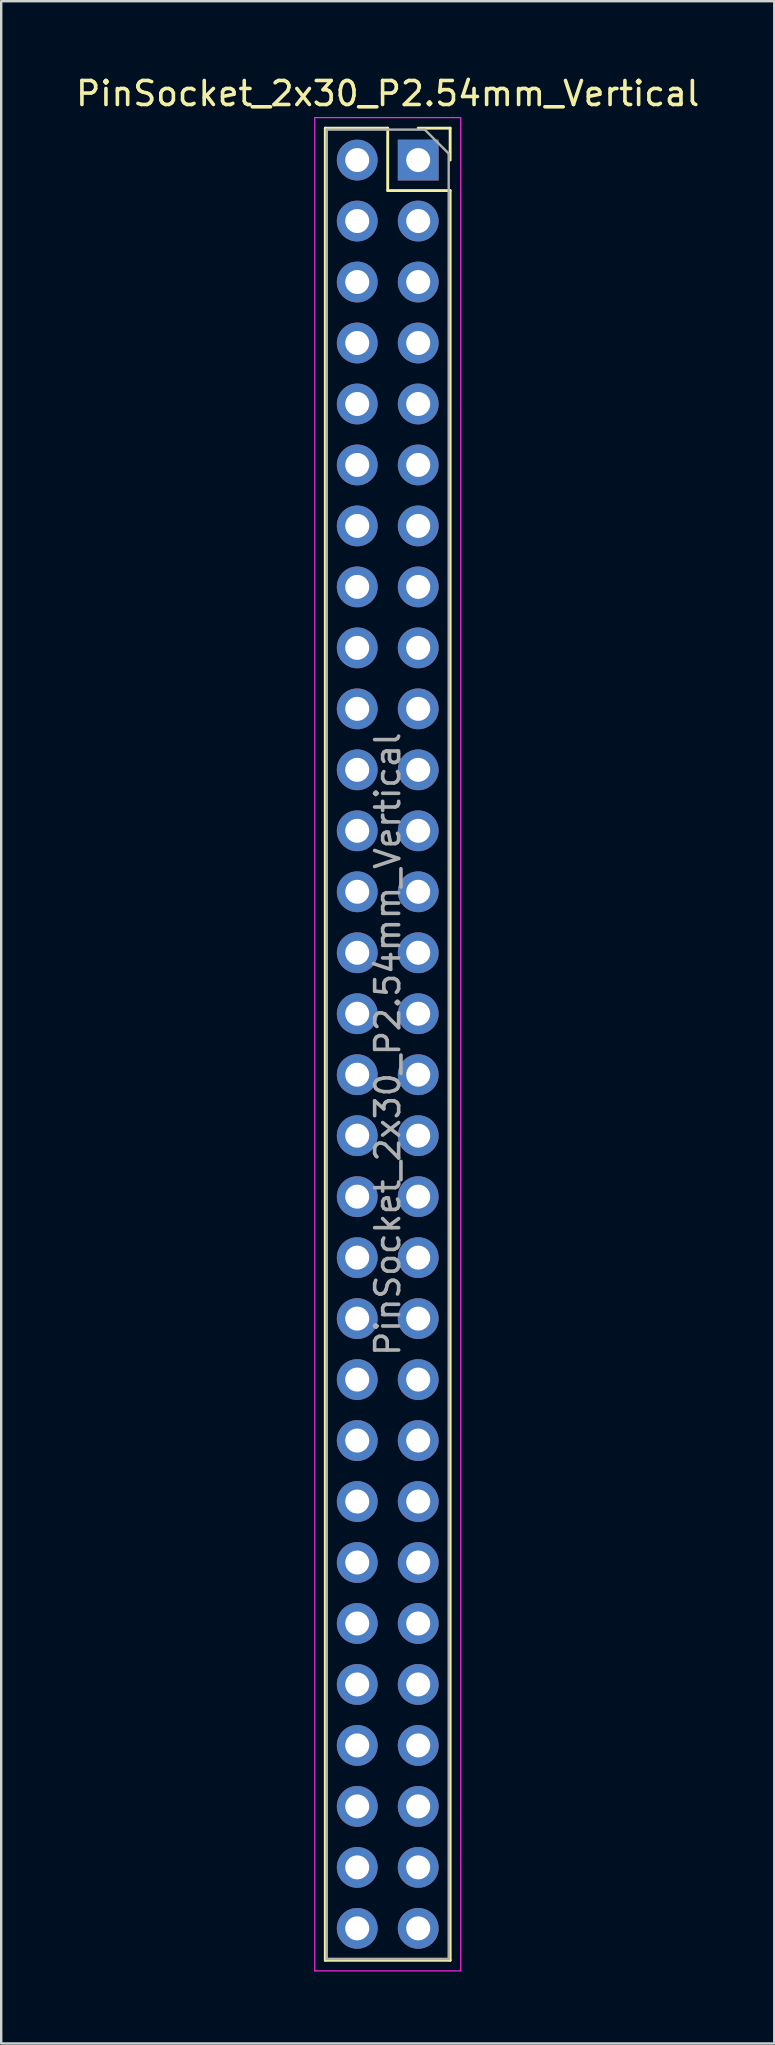
<source format=kicad_pcb>
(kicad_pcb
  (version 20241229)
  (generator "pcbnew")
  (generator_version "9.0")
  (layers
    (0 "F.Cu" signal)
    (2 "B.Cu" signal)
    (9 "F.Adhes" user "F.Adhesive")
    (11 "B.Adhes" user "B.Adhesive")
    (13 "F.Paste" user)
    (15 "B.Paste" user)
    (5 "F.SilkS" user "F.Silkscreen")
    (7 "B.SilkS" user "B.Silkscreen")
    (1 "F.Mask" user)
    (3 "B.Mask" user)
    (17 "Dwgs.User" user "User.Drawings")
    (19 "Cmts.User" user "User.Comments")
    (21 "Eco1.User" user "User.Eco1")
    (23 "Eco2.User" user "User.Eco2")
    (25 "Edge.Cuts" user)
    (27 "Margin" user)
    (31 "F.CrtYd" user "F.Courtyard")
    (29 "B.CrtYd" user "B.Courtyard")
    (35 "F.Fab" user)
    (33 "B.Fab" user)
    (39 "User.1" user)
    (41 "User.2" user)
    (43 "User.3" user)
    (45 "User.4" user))
  (footprint "PinSocket_2x30_P2.54mm_Vertical"
    (layer "F.Cu")
    (at 14.371 3.618)
    (property "Reference" "PinSocket_2x30_P2.54mm_Vertical" (at -1.27 -2.77 0) (layer "F.SilkS") (effects (font (size 1 1) (thickness 0.15))))
    (attr through_hole)
    (fp_line (start -3.87 -1.33) (end -3.87 74.99) (stroke (width 0.12) (type solid)) (layer "F.SilkS"))
    (fp_line (start -3.87 -1.33) (end -1.27 -1.33) (stroke (width 0.12) (type solid)) (layer "F.SilkS"))
    (fp_line (start -3.87 74.99) (end 1.33 74.99) (stroke (width 0.12) (type solid)) (layer "F.SilkS"))
    (fp_line (start -1.27 -1.33) (end -1.27 1.27) (stroke (width 0.12) (type solid)) (layer "F.SilkS"))
    (fp_line (start -1.27 1.27) (end 1.33 1.27) (stroke (width 0.12) (type solid)) (layer "F.SilkS"))
    (fp_line (start 0 -1.33) (end 1.33 -1.33) (stroke (width 0.12) (type solid)) (layer "F.SilkS"))
    (fp_line (start 1.33 -1.33) (end 1.33 0) (stroke (width 0.12) (type solid)) (layer "F.SilkS"))
    (fp_line (start 1.33 1.27) (end 1.33 74.99) (stroke (width 0.12) (type solid)) (layer "F.SilkS"))
    (fp_line (start -4.31 -1.77) (end 1.77 -1.77) (stroke (width 0.05) (type solid)) (layer "F.CrtYd"))
    (fp_line (start -4.31 75.43) (end -4.31 -1.77) (stroke (width 0.05) (type solid)) (layer "F.CrtYd"))
    (fp_line (start 1.77 -1.77) (end 1.77 75.43) (stroke (width 0.05) (type solid)) (layer "F.CrtYd"))
    (fp_line (start 1.77 75.43) (end -4.31 75.43) (stroke (width 0.05) (type solid)) (layer "F.CrtYd"))
    (fp_line (start -3.81 -1.27) (end 0.27 -1.27) (stroke (width 0.1) (type solid)) (layer "F.Fab"))
    (fp_line (start -3.81 74.93) (end -3.81 -1.27) (stroke (width 0.1) (type solid)) (layer "F.Fab"))
    (fp_line (start 0.27 -1.27) (end 1.27 -0.27) (stroke (width 0.1) (type solid)) (layer "F.Fab"))
    (fp_line (start 1.27 -0.27) (end 1.27 74.93) (stroke (width 0.1) (type solid)) (layer "F.Fab"))
    (fp_line (start 1.27 74.93) (end -3.81 74.93) (stroke (width 0.1) (type solid)) (layer "F.Fab"))
    (fp_text user "${REFERENCE}" (at -1.27 36.83 90) (layer "F.Fab") (effects (font (size 1 1) (thickness 0.15))))
    (pad "1" thru_hole rect (at 0 0) (size 1.7 1.7) (drill 1) (layers "*.Cu" "*.Mask"))
    (pad "2" thru_hole circle (at -2.54 0) (size 1.7 1.7) (drill 1) (layers "*.Cu" "*.Mask"))
    (pad "3" thru_hole circle (at 0 2.54) (size 1.7 1.7) (drill 1) (layers "*.Cu" "*.Mask"))
    (pad "4" thru_hole circle (at -2.54 2.54) (size 1.7 1.7) (drill 1) (layers "*.Cu" "*.Mask"))
    (pad "5" thru_hole circle (at 0 5.08) (size 1.7 1.7) (drill 1) (layers "*.Cu" "*.Mask"))
    (pad "6" thru_hole circle (at -2.54 5.08) (size 1.7 1.7) (drill 1) (layers "*.Cu" "*.Mask"))
    (pad "7" thru_hole circle (at 0 7.62) (size 1.7 1.7) (drill 1) (layers "*.Cu" "*.Mask"))
    (pad "8" thru_hole circle (at -2.54 7.62) (size 1.7 1.7) (drill 1) (layers "*.Cu" "*.Mask"))
    (pad "9" thru_hole circle (at 0 10.16) (size 1.7 1.7) (drill 1) (layers "*.Cu" "*.Mask"))
    (pad "10" thru_hole circle (at -2.54 10.16) (size 1.7 1.7) (drill 1) (layers "*.Cu" "*.Mask"))
    (pad "11" thru_hole circle (at 0 12.7) (size 1.7 1.7) (drill 1) (layers "*.Cu" "*.Mask"))
    (pad "12" thru_hole circle (at -2.54 12.7) (size 1.7 1.7) (drill 1) (layers "*.Cu" "*.Mask"))
    (pad "13" thru_hole circle (at 0 15.24) (size 1.7 1.7) (drill 1) (layers "*.Cu" "*.Mask"))
    (pad "14" thru_hole circle (at -2.54 15.24) (size 1.7 1.7) (drill 1) (layers "*.Cu" "*.Mask"))
    (pad "15" thru_hole circle (at 0 17.78) (size 1.7 1.7) (drill 1) (layers "*.Cu" "*.Mask"))
    (pad "16" thru_hole circle (at -2.54 17.78) (size 1.7 1.7) (drill 1) (layers "*.Cu" "*.Mask"))
    (pad "17" thru_hole circle (at 0 20.32) (size 1.7 1.7) (drill 1) (layers "*.Cu" "*.Mask"))
    (pad "18" thru_hole circle (at -2.54 20.32) (size 1.7 1.7) (drill 1) (layers "*.Cu" "*.Mask"))
    (pad "19" thru_hole circle (at 0 22.86) (size 1.7 1.7) (drill 1) (layers "*.Cu" "*.Mask"))
    (pad "20" thru_hole circle (at -2.54 22.86) (size 1.7 1.7) (drill 1) (layers "*.Cu" "*.Mask"))
    (pad "21" thru_hole circle (at 0 25.4) (size 1.7 1.7) (drill 1) (layers "*.Cu" "*.Mask"))
    (pad "22" thru_hole circle (at -2.54 25.4) (size 1.7 1.7) (drill 1) (layers "*.Cu" "*.Mask"))
    (pad "23" thru_hole circle (at 0 27.94) (size 1.7 1.7) (drill 1) (layers "*.Cu" "*.Mask"))
    (pad "24" thru_hole circle (at -2.54 27.94) (size 1.7 1.7) (drill 1) (layers "*.Cu" "*.Mask"))
    (pad "25" thru_hole circle (at 0 30.48) (size 1.7 1.7) (drill 1) (layers "*.Cu" "*.Mask"))
    (pad "26" thru_hole circle (at -2.54 30.48) (size 1.7 1.7) (drill 1) (layers "*.Cu" "*.Mask"))
    (pad "27" thru_hole circle (at 0 33.02) (size 1.7 1.7) (drill 1) (layers "*.Cu" "*.Mask"))
    (pad "28" thru_hole circle (at -2.54 33.02) (size 1.7 1.7) (drill 1) (layers "*.Cu" "*.Mask"))
    (pad "29" thru_hole circle (at 0 35.56) (size 1.7 1.7) (drill 1) (layers "*.Cu" "*.Mask"))
    (pad "30" thru_hole circle (at -2.54 35.56) (size 1.7 1.7) (drill 1) (layers "*.Cu" "*.Mask"))
    (pad "31" thru_hole circle (at 0 38.1) (size 1.7 1.7) (drill 1) (layers "*.Cu" "*.Mask"))
    (pad "32" thru_hole circle (at -2.54 38.1) (size 1.7 1.7) (drill 1) (layers "*.Cu" "*.Mask"))
    (pad "33" thru_hole circle (at 0 40.64) (size 1.7 1.7) (drill 1) (layers "*.Cu" "*.Mask"))
    (pad "34" thru_hole circle (at -2.54 40.64) (size 1.7 1.7) (drill 1) (layers "*.Cu" "*.Mask"))
    (pad "35" thru_hole circle (at 0 43.18) (size 1.7 1.7) (drill 1) (layers "*.Cu" "*.Mask"))
    (pad "36" thru_hole circle (at -2.54 43.18) (size 1.7 1.7) (drill 1) (layers "*.Cu" "*.Mask"))
    (pad "37" thru_hole circle (at 0 45.72) (size 1.7 1.7) (drill 1) (layers "*.Cu" "*.Mask"))
    (pad "38" thru_hole circle (at -2.54 45.72) (size 1.7 1.7) (drill 1) (layers "*.Cu" "*.Mask"))
    (pad "39" thru_hole circle (at 0 48.26) (size 1.7 1.7) (drill 1) (layers "*.Cu" "*.Mask"))
    (pad "40" thru_hole circle (at -2.54 48.26) (size 1.7 1.7) (drill 1) (layers "*.Cu" "*.Mask"))
    (pad "41" thru_hole circle (at 0 50.8) (size 1.7 1.7) (drill 1) (layers "*.Cu" "*.Mask"))
    (pad "42" thru_hole circle (at -2.54 50.8) (size 1.7 1.7) (drill 1) (layers "*.Cu" "*.Mask"))
    (pad "43" thru_hole circle (at 0 53.34) (size 1.7 1.7) (drill 1) (layers "*.Cu" "*.Mask"))
    (pad "44" thru_hole circle (at -2.54 53.34) (size 1.7 1.7) (drill 1) (layers "*.Cu" "*.Mask"))
    (pad "45" thru_hole circle (at 0 55.88) (size 1.7 1.7) (drill 1) (layers "*.Cu" "*.Mask"))
    (pad "46" thru_hole circle (at -2.54 55.88) (size 1.7 1.7) (drill 1) (layers "*.Cu" "*.Mask"))
    (pad "47" thru_hole circle (at 0 58.42) (size 1.7 1.7) (drill 1) (layers "*.Cu" "*.Mask"))
    (pad "48" thru_hole circle (at -2.54 58.42) (size 1.7 1.7) (drill 1) (layers "*.Cu" "*.Mask"))
    (pad "49" thru_hole circle (at 0 60.96) (size 1.7 1.7) (drill 1) (layers "*.Cu" "*.Mask"))
    (pad "50" thru_hole circle (at -2.54 60.96) (size 1.7 1.7) (drill 1) (layers "*.Cu" "*.Mask"))
    (pad "51" thru_hole circle (at 0 63.5) (size 1.7 1.7) (drill 1) (layers "*.Cu" "*.Mask"))
    (pad "52" thru_hole circle (at -2.54 63.5) (size 1.7 1.7) (drill 1) (layers "*.Cu" "*.Mask"))
    (pad "53" thru_hole circle (at 0 66.04) (size 1.7 1.7) (drill 1) (layers "*.Cu" "*.Mask"))
    (pad "54" thru_hole circle (at -2.54 66.04) (size 1.7 1.7) (drill 1) (layers "*.Cu" "*.Mask"))
    (pad "55" thru_hole circle (at 0 68.58) (size 1.7 1.7) (drill 1) (layers "*.Cu" "*.Mask"))
    (pad "56" thru_hole circle (at -2.54 68.58) (size 1.7 1.7) (drill 1) (layers "*.Cu" "*.Mask"))
    (pad "57" thru_hole circle (at 0 71.12) (size 1.7 1.7) (drill 1) (layers "*.Cu" "*.Mask"))
    (pad "58" thru_hole circle (at -2.54 71.12) (size 1.7 1.7) (drill 1) (layers "*.Cu" "*.Mask"))
    (pad "59" thru_hole circle (at 0 73.66) (size 1.7 1.7) (drill 1) (layers "*.Cu" "*.Mask"))
    (pad "60" thru_hole circle (at -2.54 73.66) (size 1.7 1.7) (drill 1) (layers "*.Cu" "*.Mask")))
  (gr_rect
    (start -3 -3)
    (end 29.202 82.073)
    (stroke (width 0.1) (type default))
    (fill no)
    (layer "Edge.Cuts")))
</source>
